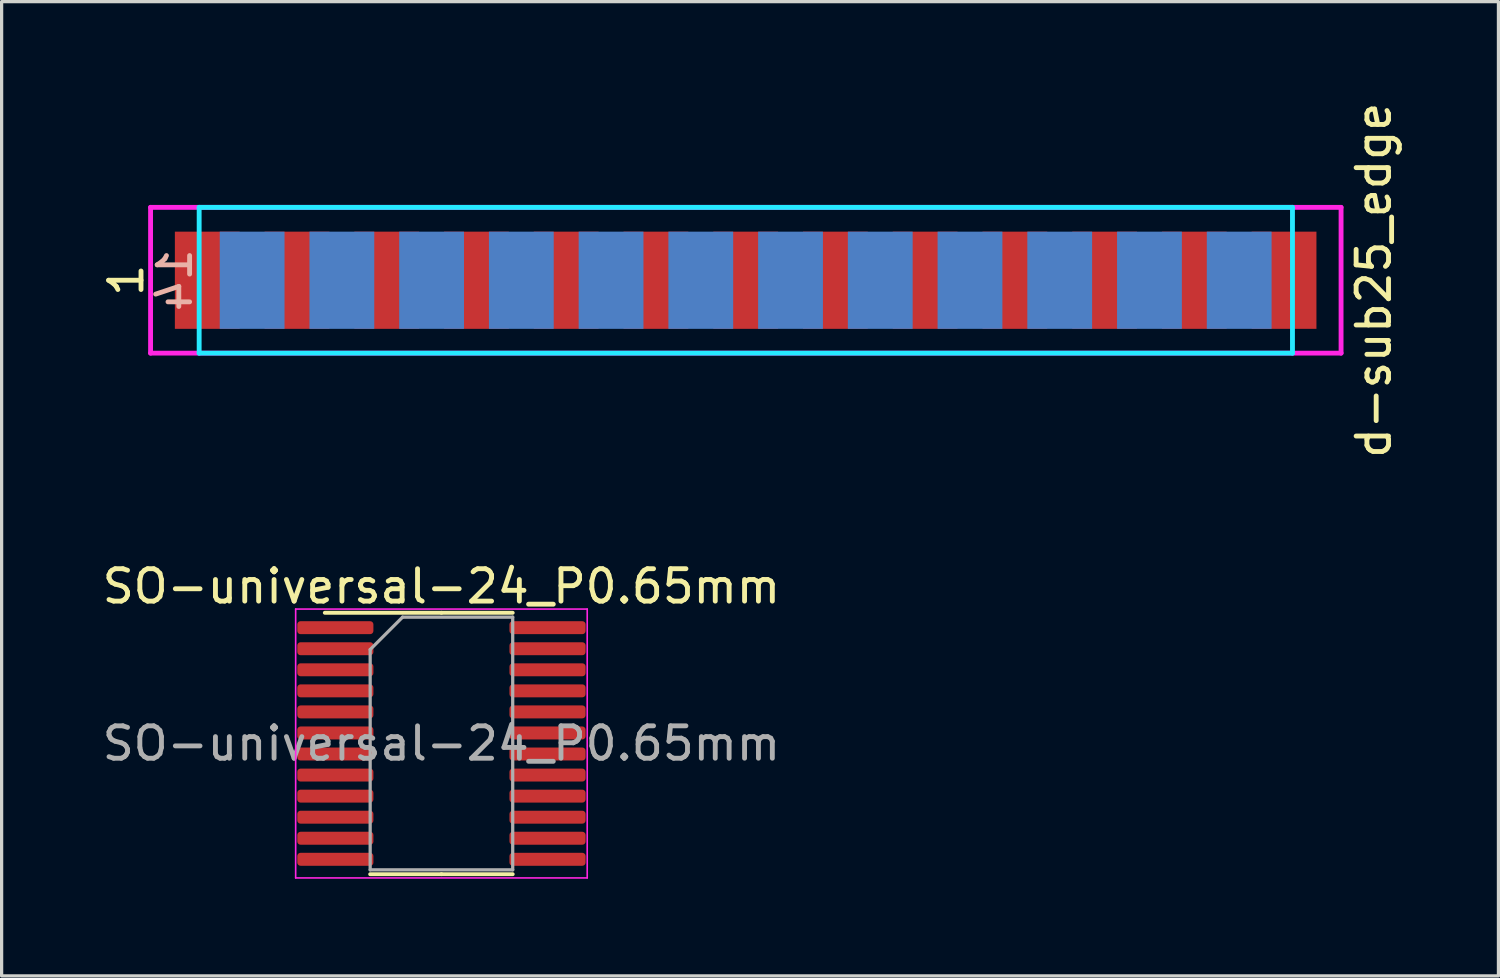
<source format=kicad_pcb>
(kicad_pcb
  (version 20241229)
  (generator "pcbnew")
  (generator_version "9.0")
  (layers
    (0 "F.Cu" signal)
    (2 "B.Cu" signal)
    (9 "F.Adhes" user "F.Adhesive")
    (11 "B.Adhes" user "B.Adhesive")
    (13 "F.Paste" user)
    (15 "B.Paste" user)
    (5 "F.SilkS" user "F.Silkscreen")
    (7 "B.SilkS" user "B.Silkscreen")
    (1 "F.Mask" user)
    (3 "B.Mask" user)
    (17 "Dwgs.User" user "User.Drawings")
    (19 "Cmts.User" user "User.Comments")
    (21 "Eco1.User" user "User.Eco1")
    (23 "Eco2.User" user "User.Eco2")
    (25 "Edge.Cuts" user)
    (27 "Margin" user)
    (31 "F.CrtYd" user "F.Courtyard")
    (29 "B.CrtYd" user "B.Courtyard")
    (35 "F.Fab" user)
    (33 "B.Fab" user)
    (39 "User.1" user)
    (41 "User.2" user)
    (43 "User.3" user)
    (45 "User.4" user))
  (footprint "SO-universal-24_P0.65mm"
    (layer "F.Cu")
    (at 10.577 19.901)
    (property "Reference" "SO-universal-24_P0.65mm" (at 0 -4.85 0) (layer "F.SilkS") (effects (font (size 1 1) (thickness 0.15))))
    (attr smd)
    (fp_line (start 0 -4.035) (end -3.6 -4.035) (stroke (width 0.12) (type solid)) (layer "F.SilkS"))
    (fp_line (start 0 -4.035) (end 2.2 -4.035) (stroke (width 0.12) (type solid)) (layer "F.SilkS"))
    (fp_line (start 0 4.035) (end -2.2 4.035) (stroke (width 0.12) (type solid)) (layer "F.SilkS"))
    (fp_line (start 0 4.035) (end 2.2 4.035) (stroke (width 0.12) (type solid)) (layer "F.SilkS"))
    (fp_line (start -4.5 -4.15) (end -4.5 4.15) (stroke (width 0.05) (type solid)) (layer "F.CrtYd"))
    (fp_line (start -4.5 4.15) (end 4.5 4.15) (stroke (width 0.05) (type solid)) (layer "F.CrtYd"))
    (fp_line (start 4.5 -4.15) (end -4.5 -4.15) (stroke (width 0.05) (type solid)) (layer "F.CrtYd"))
    (fp_line (start 4.5 4.15) (end 4.5 -4.15) (stroke (width 0.05) (type solid)) (layer "F.CrtYd"))
    (fp_line (start -2.2 -2.9) (end -1.2 -3.9) (stroke (width 0.1) (type solid)) (layer "F.Fab"))
    (fp_line (start -2.2 3.9) (end -2.2 -2.9) (stroke (width 0.1) (type solid)) (layer "F.Fab"))
    (fp_line (start -1.2 -3.9) (end 2.2 -3.9) (stroke (width 0.1) (type solid)) (layer "F.Fab"))
    (fp_line (start 2.2 -3.9) (end 2.2 3.9) (stroke (width 0.1) (type solid)) (layer "F.Fab"))
    (fp_line (start 2.2 3.9) (end -2.2 3.9) (stroke (width 0.1) (type solid)) (layer "F.Fab"))
    (fp_text user "${REFERENCE}" (at 0 0 0) (layer "F.Fab") (effects (font (size 1 1) (thickness 0.15))))
    (pad "1" smd roundrect (at -3.275 -3.575) (size 2.35 0.4) (layers "F.Cu" "F.Mask" "F.Paste") (roundrect_rratio 0.25))
    (pad "2" smd roundrect (at -3.275 -2.925) (size 2.35 0.4) (layers "F.Cu" "F.Mask" "F.Paste") (roundrect_rratio 0.25))
    (pad "3" smd roundrect (at -3.275 -2.275) (size 2.35 0.4) (layers "F.Cu" "F.Mask" "F.Paste") (roundrect_rratio 0.25))
    (pad "4" smd roundrect (at -3.275 -1.625) (size 2.35 0.4) (layers "F.Cu" "F.Mask" "F.Paste") (roundrect_rratio 0.25))
    (pad "5" smd roundrect (at -3.275 -0.975) (size 2.35 0.4) (layers "F.Cu" "F.Mask" "F.Paste") (roundrect_rratio 0.25))
    (pad "6" smd roundrect (at -3.275 -0.325) (size 2.35 0.4) (layers "F.Cu" "F.Mask" "F.Paste") (roundrect_rratio 0.25))
    (pad "7" smd roundrect (at -3.275 0.325) (size 2.35 0.4) (layers "F.Cu" "F.Mask" "F.Paste") (roundrect_rratio 0.25))
    (pad "8" smd roundrect (at -3.275 0.975) (size 2.35 0.4) (layers "F.Cu" "F.Mask" "F.Paste") (roundrect_rratio 0.25))
    (pad "9" smd roundrect (at -3.275 1.625) (size 2.35 0.4) (layers "F.Cu" "F.Mask" "F.Paste") (roundrect_rratio 0.25))
    (pad "10" smd roundrect (at -3.275 2.275) (size 2.35 0.4) (layers "F.Cu" "F.Mask" "F.Paste") (roundrect_rratio 0.25))
    (pad "11" smd roundrect (at -3.275 2.925) (size 2.35 0.4) (layers "F.Cu" "F.Mask" "F.Paste") (roundrect_rratio 0.25))
    (pad "12" smd roundrect (at -3.275 3.575) (size 2.35 0.4) (layers "F.Cu" "F.Mask" "F.Paste") (roundrect_rratio 0.25))
    (pad "13" smd roundrect (at 3.275 3.575) (size 2.35 0.4) (layers "F.Cu" "F.Mask" "F.Paste") (roundrect_rratio 0.25))
    (pad "14" smd roundrect (at 3.275 2.925) (size 2.35 0.4) (layers "F.Cu" "F.Mask" "F.Paste") (roundrect_rratio 0.25))
    (pad "15" smd roundrect (at 3.275 2.275) (size 2.35 0.4) (layers "F.Cu" "F.Mask" "F.Paste") (roundrect_rratio 0.25))
    (pad "16" smd roundrect (at 3.275 1.625) (size 2.35 0.4) (layers "F.Cu" "F.Mask" "F.Paste") (roundrect_rratio 0.25))
    (pad "17" smd roundrect (at 3.275 0.975) (size 2.35 0.4) (layers "F.Cu" "F.Mask" "F.Paste") (roundrect_rratio 0.25))
    (pad "18" smd roundrect (at 3.275 0.325) (size 2.35 0.4) (layers "F.Cu" "F.Mask" "F.Paste") (roundrect_rratio 0.25))
    (pad "19" smd roundrect (at 3.275 -0.325) (size 2.35 0.4) (layers "F.Cu" "F.Mask" "F.Paste") (roundrect_rratio 0.25))
    (pad "20" smd roundrect (at 3.275 -0.975) (size 2.35 0.4) (layers "F.Cu" "F.Mask" "F.Paste") (roundrect_rratio 0.25))
    (pad "21" smd roundrect (at 3.275 -1.625) (size 2.35 0.4) (layers "F.Cu" "F.Mask" "F.Paste") (roundrect_rratio 0.25))
    (pad "22" smd roundrect (at 3.275 -2.275) (size 2.35 0.4) (layers "F.Cu" "F.Mask" "F.Paste") (roundrect_rratio 0.25))
    (pad "23" smd roundrect (at 3.275 -2.925) (size 2.35 0.4) (layers "F.Cu" "F.Mask" "F.Paste") (roundrect_rratio 0.25))
    (pad "24" smd roundrect (at 3.275 -3.575) (size 2.35 0.4) (layers "F.Cu" "F.Mask" "F.Paste") (roundrect_rratio 0.25)))
  (footprint "d-sub25_edge"
    (layer "F.Cu")
    (at 3.348 5.601)
    (property "Reference" "d-sub25_edge" (at 36.01 0 90) (layer "F.SilkS") (effects (font (size 1 1) (thickness 0.15))))
    (attr through_hole)
    (fp_line (start -0.25 -2.25) (end -0.25 2.25) (stroke (width 0.15) (type solid)) (layer "B.CrtYd"))
    (fp_line (start -0.25 2.25) (end 33.5 2.25) (stroke (width 0.15) (type solid)) (layer "B.CrtYd"))
    (fp_line (start 33.5 -2.25) (end -0.25 -2.25) (stroke (width 0.15) (type solid)) (layer "B.CrtYd"))
    (fp_line (start 33.5 2.25) (end 33.5 -2.25) (stroke (width 0.15) (type solid)) (layer "B.CrtYd"))
    (fp_line (start -1.75 -2.25) (end -1.75 2.25) (stroke (width 0.15) (type solid)) (layer "F.CrtYd"))
    (fp_line (start -1.75 2.25) (end 35 2.25) (stroke (width 0.15) (type solid)) (layer "F.CrtYd"))
    (fp_line (start 35 -2.25) (end -1.75 -2.25) (stroke (width 0.15) (type solid)) (layer "F.CrtYd"))
    (fp_line (start 35 2.25) (end 35 -2.25) (stroke (width 0.15) (type solid)) (layer "F.CrtYd"))
    (fp_text user "1" (at -2.5 0 90) (layer "F.SilkS") (effects (font (size 1 1) (thickness 0.15))))
    (fp_text user "14" (at -1 0 90) (layer "B.SilkS") (effects (font (size 1 1) (thickness 0.15)) (justify mirror)))
    (pad "1" smd rect (at 0 0) (size 2 3) (layers "F.Cu" "F.Mask" "F.Paste"))
    (pad "2" smd rect (at 2.77 0) (size 2 3) (layers "F.Cu" "F.Mask" "F.Paste"))
    (pad "3" smd rect (at 5.54 0) (size 2 3) (layers "F.Cu" "F.Mask" "F.Paste"))
    (pad "4" smd rect (at 8.31 0) (size 2 3) (layers "F.Cu" "F.Mask" "F.Paste"))
    (pad "5" smd rect (at 11.08 0) (size 2 3) (layers "F.Cu" "F.Mask" "F.Paste"))
    (pad "6" smd rect (at 13.85 0) (size 2 3) (layers "F.Cu" "F.Mask" "F.Paste"))
    (pad "7" smd rect (at 16.62 0) (size 2 3) (layers "F.Cu" "F.Mask" "F.Paste"))
    (pad "8" smd rect (at 19.39 0) (size 2 3) (layers "F.Cu" "F.Mask" "F.Paste"))
    (pad "9" smd rect (at 22.16 0) (size 2 3) (layers "F.Cu" "F.Mask" "F.Paste"))
    (pad "10" smd rect (at 24.93 0) (size 2 3) (layers "F.Cu" "F.Mask" "F.Paste"))
    (pad "11" smd rect (at 27.7 0) (size 2 3) (layers "F.Cu" "F.Mask" "F.Paste"))
    (pad "12" smd rect (at 30.47 0) (size 2 3) (layers "F.Cu" "F.Mask" "F.Paste"))
    (pad "13" smd rect (at 33.24 0) (size 2 3) (layers "F.Cu" "F.Mask" "F.Paste"))
    (pad "14" smd rect (at 1.385 0) (size 2 3) (layers "B.Cu" "B.Mask" "B.Paste"))
    (pad "15" smd rect (at 4.155 0) (size 2 3) (layers "B.Cu" "B.Mask" "B.Paste"))
    (pad "16" smd rect (at 6.925 0) (size 2 3) (layers "B.Cu" "B.Mask" "B.Paste"))
    (pad "17" smd rect (at 9.695 0) (size 2 3) (layers "B.Cu" "B.Mask" "B.Paste"))
    (pad "18" smd rect (at 12.465 0) (size 2 3) (layers "B.Cu" "B.Mask" "B.Paste"))
    (pad "19" smd rect (at 15.235 0) (size 2 3) (layers "B.Cu" "B.Mask" "B.Paste"))
    (pad "20" smd rect (at 18.005 0) (size 2 3) (layers "B.Cu" "B.Mask" "B.Paste"))
    (pad "21" smd rect (at 20.775 0) (size 2 3) (layers "B.Cu" "B.Mask" "B.Paste"))
    (pad "22" smd rect (at 23.545 0) (size 2 3) (layers "B.Cu" "B.Mask" "B.Paste"))
    (pad "23" smd rect (at 26.315 0) (size 2 3) (layers "B.Cu" "B.Mask" "B.Paste"))
    (pad "24" smd rect (at 29.085 0) (size 2 3) (layers "B.Cu" "B.Mask" "B.Paste"))
    (pad "25" smd rect (at 31.855 0) (size 2 3) (layers "B.Cu" "B.Mask" "B.Paste")))
  (gr_rect
    (start -3 -3)
    (end 43.206 27.076)
    (stroke (width 0.1) (type default))
    (fill no)
    (layer "Edge.Cuts")))
</source>
